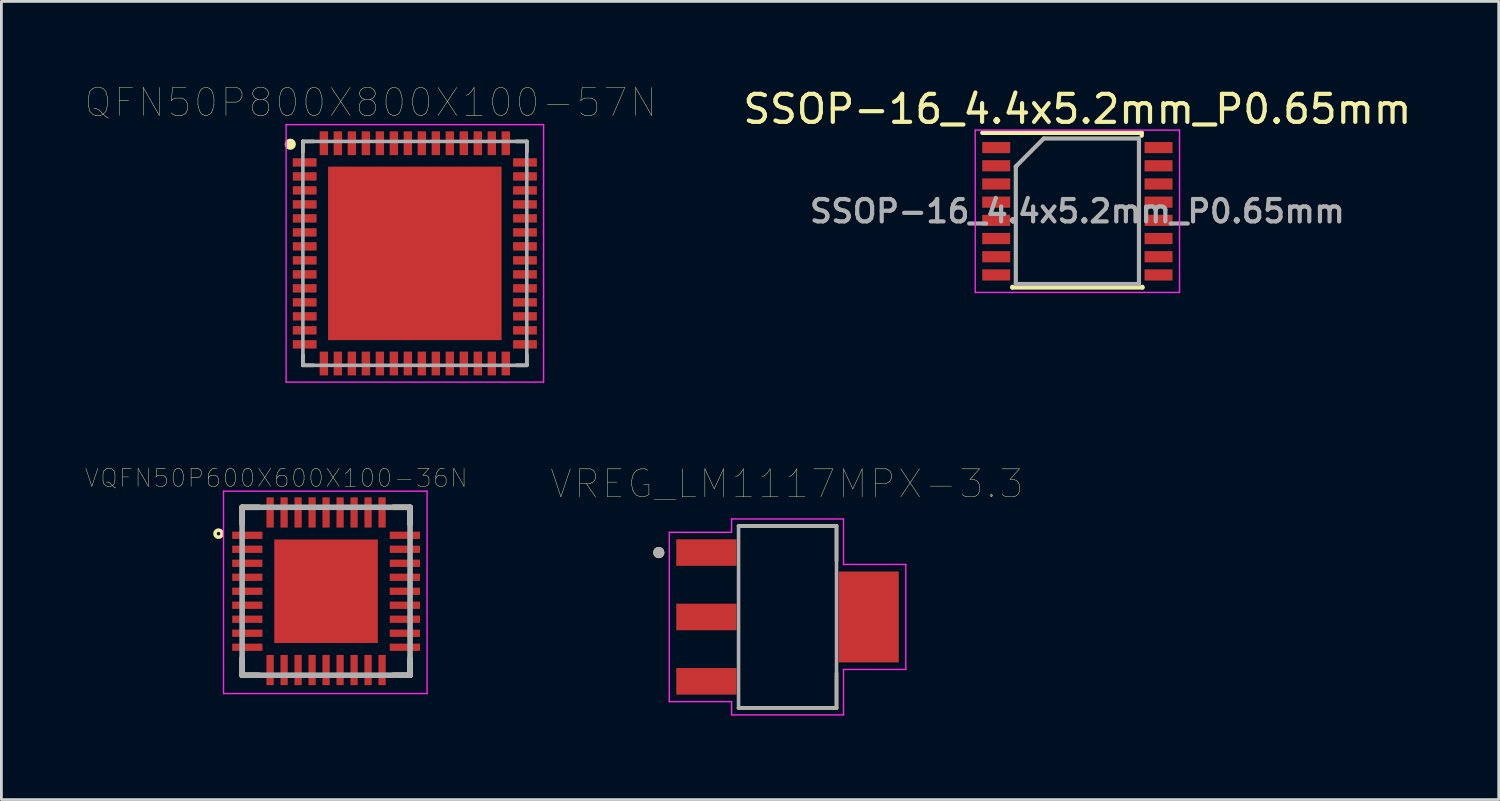
<source format=kicad_pcb>
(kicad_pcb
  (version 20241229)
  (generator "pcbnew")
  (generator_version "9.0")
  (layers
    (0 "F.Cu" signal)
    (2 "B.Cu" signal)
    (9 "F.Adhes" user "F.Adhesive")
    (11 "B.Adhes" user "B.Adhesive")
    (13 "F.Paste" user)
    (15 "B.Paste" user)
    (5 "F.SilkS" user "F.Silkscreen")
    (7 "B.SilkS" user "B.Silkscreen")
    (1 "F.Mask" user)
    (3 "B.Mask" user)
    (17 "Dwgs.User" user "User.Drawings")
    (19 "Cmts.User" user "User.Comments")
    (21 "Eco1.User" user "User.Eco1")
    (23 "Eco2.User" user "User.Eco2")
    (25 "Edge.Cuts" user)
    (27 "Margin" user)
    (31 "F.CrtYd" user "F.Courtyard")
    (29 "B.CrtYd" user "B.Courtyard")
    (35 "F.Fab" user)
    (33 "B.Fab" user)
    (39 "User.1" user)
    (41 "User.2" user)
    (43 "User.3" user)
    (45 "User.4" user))
  (footprint "SSOP-16_4.4x5.2mm_P0.65mm"
    (layer "F.Cu")
    (at 35.444 4.498)
    (property "Reference" "SSOP-16_4.4x5.2mm_P0.65mm" (at 0 -3.65 0) (layer "F.SilkS") (effects (font (size 1 1) (thickness 0.15))))
    (attr smd)
    (fp_line (start -3.4 -2.8) (end 2.3 -2.8) (stroke (width 0.15) (type solid)) (layer "F.SilkS"))
    (fp_line (start -2.325 2.725) (end -2.325 2.7) (stroke (width 0.15) (type solid)) (layer "F.SilkS"))
    (fp_line (start -2.325 2.725) (end 2.325 2.725) (stroke (width 0.15) (type solid)) (layer "F.SilkS"))
    (fp_line (start 2.3 -2.8) (end 2.3 -2.7) (stroke (width 0.15) (type solid)) (layer "F.SilkS"))
    (fp_line (start 2.325 2.725) (end 2.325 2.7) (stroke (width 0.15) (type solid)) (layer "F.SilkS"))
    (fp_line (start -3.65 -2.9) (end -3.65 2.9) (stroke (width 0.05) (type solid)) (layer "F.CrtYd"))
    (fp_line (start -3.65 -2.9) (end 3.65 -2.9) (stroke (width 0.05) (type solid)) (layer "F.CrtYd"))
    (fp_line (start -3.65 2.9) (end 3.65 2.9) (stroke (width 0.05) (type solid)) (layer "F.CrtYd"))
    (fp_line (start 3.65 -2.9) (end 3.65 2.9) (stroke (width 0.05) (type solid)) (layer "F.CrtYd"))
    (fp_line (start -2.2 -1.6) (end -1.2 -2.6) (stroke (width 0.15) (type solid)) (layer "F.Fab"))
    (fp_line (start -2.2 2.6) (end -2.2 -1.6) (stroke (width 0.15) (type solid)) (layer "F.Fab"))
    (fp_line (start -1.2 -2.6) (end 2.2 -2.6) (stroke (width 0.15) (type solid)) (layer "F.Fab"))
    (fp_line (start 2.2 -2.6) (end 2.2 2.6) (stroke (width 0.15) (type solid)) (layer "F.Fab"))
    (fp_line (start 2.2 2.6) (end -2.2 2.6) (stroke (width 0.15) (type solid)) (layer "F.Fab"))
    (fp_text user "${REFERENCE}" (at 0 0 0) (layer "F.Fab") (effects (font (size 0.8 0.8) (thickness 0.15))))
    (pad "1" smd rect (at -2.9 -2.275) (size 1 0.4) (layers "F.Cu" "F.Mask" "F.Paste"))
    (pad "2" smd rect (at -2.9 -1.625) (size 1 0.4) (layers "F.Cu" "F.Mask" "F.Paste"))
    (pad "3" smd rect (at -2.9 -0.975) (size 1 0.4) (layers "F.Cu" "F.Mask" "F.Paste"))
    (pad "4" smd rect (at -2.9 -0.325) (size 1 0.4) (layers "F.Cu" "F.Mask" "F.Paste"))
    (pad "5" smd rect (at -2.9 0.325) (size 1 0.4) (layers "F.Cu" "F.Mask" "F.Paste"))
    (pad "6" smd rect (at -2.9 0.975) (size 1 0.4) (layers "F.Cu" "F.Mask" "F.Paste"))
    (pad "7" smd rect (at -2.9 1.625) (size 1 0.4) (layers "F.Cu" "F.Mask" "F.Paste"))
    (pad "8" smd rect (at -2.9 2.275) (size 1 0.4) (layers "F.Cu" "F.Mask" "F.Paste"))
    (pad "9" smd rect (at 2.9 2.275) (size 1 0.4) (layers "F.Cu" "F.Mask" "F.Paste"))
    (pad "10" smd rect (at 2.9 1.625) (size 1 0.4) (layers "F.Cu" "F.Mask" "F.Paste"))
    (pad "11" smd rect (at 2.9 0.975) (size 1 0.4) (layers "F.Cu" "F.Mask" "F.Paste"))
    (pad "12" smd rect (at 2.9 0.325) (size 1 0.4) (layers "F.Cu" "F.Mask" "F.Paste"))
    (pad "13" smd rect (at 2.9 -0.325) (size 1 0.4) (layers "F.Cu" "F.Mask" "F.Paste"))
    (pad "14" smd rect (at 2.9 -0.975) (size 1 0.4) (layers "F.Cu" "F.Mask" "F.Paste"))
    (pad "15" smd rect (at 2.9 -1.625) (size 1 0.4) (layers "F.Cu" "F.Mask" "F.Paste"))
    (pad "16" smd rect (at 2.9 -2.275) (size 1 0.4) (layers "F.Cu" "F.Mask" "F.Paste")))
  (footprint "QFN50P800X800X100-57N"
    (layer "F.Cu")
    (at 11.772 6.003)
    (property "Reference" "QFN50P800X800X100-57N" (at -1.577 -5.391 0) (layer "F.SilkS") (effects (font (size 1.001 1.001) (thickness 0.015))))
    (attr through_hole)
    (fp_line (start -4 -4) (end -4 -3.625) (stroke (width 0.127) (type solid)) (layer "F.SilkS"))
    (fp_line (start -4 3.625) (end -4 4) (stroke (width 0.127) (type solid)) (layer "F.SilkS"))
    (fp_line (start -4 4) (end -3.625 4) (stroke (width 0.127) (type solid)) (layer "F.SilkS"))
    (fp_line (start -3.625 -4) (end -4 -4) (stroke (width 0.127) (type solid)) (layer "F.SilkS"))
    (fp_line (start 3.625 4) (end 4 4) (stroke (width 0.127) (type solid)) (layer "F.SilkS"))
    (fp_line (start 4 -4) (end 3.625 -4) (stroke (width 0.127) (type solid)) (layer "F.SilkS"))
    (fp_line (start 4 -3.625) (end 4 -4) (stroke (width 0.127) (type solid)) (layer "F.SilkS"))
    (fp_line (start 4 4) (end 4 3.625) (stroke (width 0.127) (type solid)) (layer "F.SilkS"))
    (fp_circle (center -4.45 -3.9) (end -4.35 -3.9) (stroke (width 0.2) (type solid)) (fill no) (layer "F.SilkS"))
    (fp_poly (pts (xy -2.358 0.395) (xy -0.395 0.395) (xy -0.395 2.358) (xy -2.358 2.358)) (stroke (width 0.01) (type solid)) (fill yes) (layer "F.Paste"))
    (fp_poly (pts (xy -2.358 -2.355) (xy -0.395 -2.355) (xy -0.395 -0.396) (xy -2.358 -0.396)) (stroke (width 0.01) (type solid)) (fill yes) (layer "F.Paste"))
    (fp_poly (pts (xy 0.396 -2.355) (xy 2.355 -2.355) (xy 2.355 -0.396) (xy 0.396 -0.396)) (stroke (width 0.01) (type solid)) (fill yes) (layer "F.Paste"))
    (fp_poly (pts (xy 0.396 0.395) (xy 2.355 0.395) (xy 2.355 2.36) (xy 0.396 2.36)) (stroke (width 0.01) (type solid)) (fill yes) (layer "F.Paste"))
    (fp_line (start -4.6 -4.6) (end 4.6 -4.6) (stroke (width 0.05) (type solid)) (layer "F.CrtYd"))
    (fp_line (start -4.6 4.6) (end -4.6 -4.6) (stroke (width 0.05) (type solid)) (layer "F.CrtYd"))
    (fp_line (start 4.6 -4.6) (end 4.6 4.6) (stroke (width 0.05) (type solid)) (layer "F.CrtYd"))
    (fp_line (start 4.6 4.6) (end -4.6 4.6) (stroke (width 0.05) (type solid)) (layer "F.CrtYd"))
    (fp_line (start -4 -4) (end 4 -4) (stroke (width 0.127) (type solid)) (layer "F.Fab"))
    (fp_line (start -4 4) (end -4 -4) (stroke (width 0.127) (type solid)) (layer "F.Fab"))
    (fp_line (start 4 -4) (end 4 4) (stroke (width 0.127) (type solid)) (layer "F.Fab"))
    (fp_line (start 4 4) (end -4 4) (stroke (width 0.127) (type solid)) (layer "F.Fab"))
    (pad "1" smd rect (at -3.935 -3.25) (size 0.85 0.3) (layers "F.Cu" "F.Mask" "F.Paste"))
    (pad "2" smd rect (at -3.935 -2.75) (size 0.85 0.3) (layers "F.Cu" "F.Mask" "F.Paste"))
    (pad "3" smd rect (at -3.935 -2.25) (size 0.85 0.3) (layers "F.Cu" "F.Mask" "F.Paste"))
    (pad "4" smd rect (at -3.935 -1.75) (size 0.85 0.3) (layers "F.Cu" "F.Mask" "F.Paste"))
    (pad "5" smd rect (at -3.935 -1.25) (size 0.85 0.3) (layers "F.Cu" "F.Mask" "F.Paste"))
    (pad "6" smd rect (at -3.935 -0.75) (size 0.85 0.3) (layers "F.Cu" "F.Mask" "F.Paste"))
    (pad "7" smd rect (at -3.935 -0.25) (size 0.85 0.3) (layers "F.Cu" "F.Mask" "F.Paste"))
    (pad "8" smd rect (at -3.935 0.25) (size 0.85 0.3) (layers "F.Cu" "F.Mask" "F.Paste"))
    (pad "9" smd rect (at -3.935 0.75) (size 0.85 0.3) (layers "F.Cu" "F.Mask" "F.Paste"))
    (pad "10" smd rect (at -3.935 1.25) (size 0.85 0.3) (layers "F.Cu" "F.Mask" "F.Paste"))
    (pad "11" smd rect (at -3.935 1.75) (size 0.85 0.3) (layers "F.Cu" "F.Mask" "F.Paste"))
    (pad "12" smd rect (at -3.935 2.25) (size 0.85 0.3) (layers "F.Cu" "F.Mask" "F.Paste"))
    (pad "13" smd rect (at -3.935 2.75) (size 0.85 0.3) (layers "F.Cu" "F.Mask" "F.Paste"))
    (pad "14" smd rect (at -3.935 3.25) (size 0.85 0.3) (layers "F.Cu" "F.Mask" "F.Paste"))
    (pad "15" smd rect (at -3.25 3.935) (size 0.3 0.85) (layers "F.Cu" "F.Mask" "F.Paste"))
    (pad "16" smd rect (at -2.75 3.935) (size 0.3 0.85) (layers "F.Cu" "F.Mask" "F.Paste"))
    (pad "17" smd rect (at -2.25 3.935) (size 0.3 0.85) (layers "F.Cu" "F.Mask" "F.Paste"))
    (pad "18" smd rect (at -1.75 3.935) (size 0.3 0.85) (layers "F.Cu" "F.Mask" "F.Paste"))
    (pad "19" smd rect (at -1.25 3.935) (size 0.3 0.85) (layers "F.Cu" "F.Mask" "F.Paste"))
    (pad "20" smd rect (at -0.75 3.935) (size 0.3 0.85) (layers "F.Cu" "F.Mask" "F.Paste"))
    (pad "21" smd rect (at -0.25 3.935) (size 0.3 0.85) (layers "F.Cu" "F.Mask" "F.Paste"))
    (pad "22" smd rect (at 0.25 3.935) (size 0.3 0.85) (layers "F.Cu" "F.Mask" "F.Paste"))
    (pad "23" smd rect (at 0.75 3.935) (size 0.3 0.85) (layers "F.Cu" "F.Mask" "F.Paste"))
    (pad "24" smd rect (at 1.25 3.935) (size 0.3 0.85) (layers "F.Cu" "F.Mask" "F.Paste"))
    (pad "25" smd rect (at 1.75 3.935) (size 0.3 0.85) (layers "F.Cu" "F.Mask" "F.Paste"))
    (pad "26" smd rect (at 2.25 3.935) (size 0.3 0.85) (layers "F.Cu" "F.Mask" "F.Paste"))
    (pad "27" smd rect (at 2.75 3.935) (size 0.3 0.85) (layers "F.Cu" "F.Mask" "F.Paste"))
    (pad "28" smd rect (at 3.25 3.935) (size 0.3 0.85) (layers "F.Cu" "F.Mask" "F.Paste"))
    (pad "29" smd rect (at 3.935 3.25) (size 0.85 0.3) (layers "F.Cu" "F.Mask" "F.Paste"))
    (pad "30" smd rect (at 3.935 2.75) (size 0.85 0.3) (layers "F.Cu" "F.Mask" "F.Paste"))
    (pad "31" smd rect (at 3.935 2.25) (size 0.85 0.3) (layers "F.Cu" "F.Mask" "F.Paste"))
    (pad "32" smd rect (at 3.935 1.75) (size 0.85 0.3) (layers "F.Cu" "F.Mask" "F.Paste"))
    (pad "33" smd rect (at 3.935 1.25) (size 0.85 0.3) (layers "F.Cu" "F.Mask" "F.Paste"))
    (pad "34" smd rect (at 3.935 0.75) (size 0.85 0.3) (layers "F.Cu" "F.Mask" "F.Paste"))
    (pad "35" smd rect (at 3.935 0.25) (size 0.85 0.3) (layers "F.Cu" "F.Mask" "F.Paste"))
    (pad "36" smd rect (at 3.935 -0.25) (size 0.85 0.3) (layers "F.Cu" "F.Mask" "F.Paste"))
    (pad "37" smd rect (at 3.935 -0.75) (size 0.85 0.3) (layers "F.Cu" "F.Mask" "F.Paste"))
    (pad "38" smd rect (at 3.935 -1.25) (size 0.85 0.3) (layers "F.Cu" "F.Mask" "F.Paste"))
    (pad "39" smd rect (at 3.935 -1.75) (size 0.85 0.3) (layers "F.Cu" "F.Mask" "F.Paste"))
    (pad "40" smd rect (at 3.935 -2.25) (size 0.85 0.3) (layers "F.Cu" "F.Mask" "F.Paste"))
    (pad "41" smd rect (at 3.935 -2.75) (size 0.85 0.3) (layers "F.Cu" "F.Mask" "F.Paste"))
    (pad "42" smd rect (at 3.935 -3.25) (size 0.85 0.3) (layers "F.Cu" "F.Mask" "F.Paste"))
    (pad "43" smd rect (at 3.25 -3.935) (size 0.3 0.85) (layers "F.Cu" "F.Mask" "F.Paste"))
    (pad "44" smd rect (at 2.75 -3.935) (size 0.3 0.85) (layers "F.Cu" "F.Mask" "F.Paste"))
    (pad "45" smd rect (at 2.25 -3.935) (size 0.3 0.85) (layers "F.Cu" "F.Mask" "F.Paste"))
    (pad "46" smd rect (at 1.75 -3.935) (size 0.3 0.85) (layers "F.Cu" "F.Mask" "F.Paste"))
    (pad "47" smd rect (at 1.25 -3.935) (size 0.3 0.85) (layers "F.Cu" "F.Mask" "F.Paste"))
    (pad "48" smd rect (at 0.75 -3.935) (size 0.3 0.85) (layers "F.Cu" "F.Mask" "F.Paste"))
    (pad "49" smd rect (at 0.25 -3.935) (size 0.3 0.85) (layers "F.Cu" "F.Mask" "F.Paste"))
    (pad "50" smd rect (at -0.25 -3.935) (size 0.3 0.85) (layers "F.Cu" "F.Mask" "F.Paste"))
    (pad "51" smd rect (at -0.75 -3.935) (size 0.3 0.85) (layers "F.Cu" "F.Mask" "F.Paste"))
    (pad "52" smd rect (at -1.25 -3.935) (size 0.3 0.85) (layers "F.Cu" "F.Mask" "F.Paste"))
    (pad "53" smd rect (at -1.75 -3.935) (size 0.3 0.85) (layers "F.Cu" "F.Mask" "F.Paste"))
    (pad "54" smd rect (at -2.25 -3.935) (size 0.3 0.85) (layers "F.Cu" "F.Mask" "F.Paste"))
    (pad "55" smd rect (at -2.75 -3.935) (size 0.3 0.85) (layers "F.Cu" "F.Mask" "F.Paste"))
    (pad "56" smd rect (at -3.25 -3.935) (size 0.3 0.85) (layers "F.Cu" "F.Mask" "F.Paste"))
    (pad "57" smd rect (at 0 0) (size 6.2 6.2) (layers "F.Cu" "F.Mask")))
  (footprint "VREG_LM1117MPX-3.3"
    (layer "F.Cu")
    (at 25.088 18.993)
    (property "Reference" "VREG_LM1117MPX-3.3" (at -0.025 -4.754 0) (layer "F.SilkS") (effects (font (size 1 1) (thickness 0.015))))
    (attr through_hole)
    (fp_line (start -1.75 -3.25) (end 1.75 -3.25) (stroke (width 0.127) (type solid)) (layer "F.SilkS"))
    (fp_line (start -1.75 3.25) (end 1.75 3.25) (stroke (width 0.127) (type solid)) (layer "F.SilkS"))
    (fp_line (start 1.75 -3.25) (end 1.75 -2.01) (stroke (width 0.127) (type solid)) (layer "F.SilkS"))
    (fp_line (start 1.75 3.25) (end 1.75 2.01) (stroke (width 0.127) (type solid)) (layer "F.SilkS"))
    (fp_circle (center -4.6 -2.3) (end -4.5 -2.3) (stroke (width 0.2) (type solid)) (fill no) (layer "F.SilkS"))
    (fp_line (start -4.225 -3.025) (end -4.225 3.025) (stroke (width 0.05) (type solid)) (layer "F.CrtYd"))
    (fp_line (start -4.225 3.025) (end -2 3.025) (stroke (width 0.05) (type solid)) (layer "F.CrtYd"))
    (fp_line (start -2 -3.5) (end -2 -3.025) (stroke (width 0.05) (type solid)) (layer "F.CrtYd"))
    (fp_line (start -2 -3.025) (end -4.225 -3.025) (stroke (width 0.05) (type solid)) (layer "F.CrtYd"))
    (fp_line (start -2 3.025) (end -2 3.5) (stroke (width 0.05) (type solid)) (layer "F.CrtYd"))
    (fp_line (start -2 3.5) (end 2 3.5) (stroke (width 0.05) (type solid)) (layer "F.CrtYd"))
    (fp_line (start 2 -3.5) (end -2 -3.5) (stroke (width 0.05) (type solid)) (layer "F.CrtYd"))
    (fp_line (start 2 -1.875) (end 2 -3.5) (stroke (width 0.05) (type solid)) (layer "F.CrtYd"))
    (fp_line (start 2 1.875) (end 4.225 1.875) (stroke (width 0.05) (type solid)) (layer "F.CrtYd"))
    (fp_line (start 2 3.5) (end 2 1.875) (stroke (width 0.05) (type solid)) (layer "F.CrtYd"))
    (fp_line (start 4.225 -1.875) (end 2 -1.875) (stroke (width 0.05) (type solid)) (layer "F.CrtYd"))
    (fp_line (start 4.225 1.875) (end 4.225 -1.875) (stroke (width 0.05) (type solid)) (layer "F.CrtYd"))
    (fp_line (start -1.75 -3.25) (end -1.75 3.25) (stroke (width 0.127) (type solid)) (layer "F.Fab"))
    (fp_line (start 1.75 -3.25) (end -1.75 -3.25) (stroke (width 0.127) (type solid)) (layer "F.Fab"))
    (fp_line (start 1.75 -3.25) (end 1.75 3.25) (stroke (width 0.127) (type solid)) (layer "F.Fab"))
    (fp_line (start 1.75 3.25) (end -1.75 3.25) (stroke (width 0.127) (type solid)) (layer "F.Fab"))
    (fp_circle (center -4.6 -2.3) (end -4.5 -2.3) (stroke (width 0.2) (type solid)) (fill no) (layer "F.Fab"))
    (pad "1" smd rect (at -2.9 -2.3) (size 2.15 0.95) (layers "F.Cu" "F.Mask" "F.Paste"))
    (pad "2" smd rect (at -2.9 0) (size 2.15 0.95) (layers "F.Cu" "F.Mask" "F.Paste"))
    (pad "3" smd rect (at -2.9 2.3) (size 2.15 0.95) (layers "F.Cu" "F.Mask" "F.Paste"))
    (pad "4" smd rect (at 2.9 0) (size 2.15 3.25) (layers "F.Cu" "F.Mask" "F.Paste")))
  (footprint "VQFN50P600X600X100-36N"
    (layer "F.Cu")
    (at 8.601 18.075)
    (property "Reference" "VQFN50P600X600X100-36N" (at -1.781 -4.045 0) (layer "F.SilkS") (effects (font (size 0.642 0.642) (thickness 0.015))))
    (attr through_hole)
    (fp_line (start -3 -3) (end -2.4 -3) (stroke (width 0.2) (type solid)) (layer "F.SilkS"))
    (fp_line (start -3 -2.4) (end -3 -3) (stroke (width 0.2) (type solid)) (layer "F.SilkS"))
    (fp_line (start -3 2.4) (end -3 3) (stroke (width 0.2) (type solid)) (layer "F.SilkS"))
    (fp_line (start -3 3) (end -2.4 3) (stroke (width 0.2) (type solid)) (layer "F.SilkS"))
    (fp_line (start 2.4 -3) (end 3 -3) (stroke (width 0.2) (type solid)) (layer "F.SilkS"))
    (fp_line (start 2.4 3) (end 3 3) (stroke (width 0.2) (type solid)) (layer "F.SilkS"))
    (fp_line (start 3 -3) (end 3 -2.4) (stroke (width 0.2) (type solid)) (layer "F.SilkS"))
    (fp_line (start 3 3) (end 3 2.4) (stroke (width 0.2) (type solid)) (layer "F.SilkS"))
    (fp_circle (center -3.843 -2.058) (end -3.716 -2.058) (stroke (width 0.127) (type solid)) (fill no) (layer "F.SilkS"))
    (fp_poly (pts (xy -1.174 -1.17) (xy 1.17 -1.17) (xy 1.17 1.174) (xy -1.174 1.174)) (stroke (width 0.01) (type solid)) (fill yes) (layer "F.Paste"))
    (fp_line (start -3.665 -3.575) (end 3.608 -3.575) (stroke (width 0.05) (type solid)) (layer "F.CrtYd"))
    (fp_line (start -3.665 3.655) (end -3.665 -3.575) (stroke (width 0.05) (type solid)) (layer "F.CrtYd"))
    (fp_line (start 3.608 -3.575) (end 3.608 3.655) (stroke (width 0.05) (type solid)) (layer "F.CrtYd"))
    (fp_line (start 3.608 3.655) (end -3.665 3.655) (stroke (width 0.05) (type solid)) (layer "F.CrtYd"))
    (fp_line (start -3 3) (end -3 -3) (stroke (width 0.127) (type solid)) (layer "F.Fab"))
    (fp_line (start -3 3) (end -3 -3) (stroke (width 0.2) (type solid)) (layer "F.Fab"))
    (fp_line (start 3 -3) (end -3 -3) (stroke (width 0.2) (type solid)) (layer "F.Fab"))
    (fp_line (start 3 3) (end -3 3) (stroke (width 0.2) (type solid)) (layer "F.Fab"))
    (fp_line (start 3 3) (end 3 -3) (stroke (width 0.2) (type solid)) (layer "F.Fab"))
    (pad "1" smd rect (at -2.815 -2) (size 1.08 0.26) (layers "F.Cu" "F.Mask" "F.Paste"))
    (pad "2" smd rect (at -2.815 -1.5) (size 1.08 0.26) (layers "F.Cu" "F.Mask" "F.Paste"))
    (pad "3" smd rect (at -2.815 -1) (size 1.08 0.26) (layers "F.Cu" "F.Mask" "F.Paste"))
    (pad "4" smd rect (at -2.815 -0.5) (size 1.08 0.26) (layers "F.Cu" "F.Mask" "F.Paste"))
    (pad "5" smd rect (at -2.815 0) (size 1.08 0.26) (layers "F.Cu" "F.Mask" "F.Paste"))
    (pad "6" smd rect (at -2.815 0.5) (size 1.08 0.26) (layers "F.Cu" "F.Mask" "F.Paste"))
    (pad "7" smd rect (at -2.815 1) (size 1.08 0.26) (layers "F.Cu" "F.Mask" "F.Paste"))
    (pad "8" smd rect (at -2.815 1.5) (size 1.08 0.26) (layers "F.Cu" "F.Mask" "F.Paste"))
    (pad "9" smd rect (at -2.815 2) (size 1.08 0.26) (layers "F.Cu" "F.Mask" "F.Paste"))
    (pad "10" smd rect (at -2 2.815) (size 0.26 1.08) (layers "F.Cu" "F.Mask" "F.Paste"))
    (pad "11" smd rect (at -1.5 2.815) (size 0.26 1.08) (layers "F.Cu" "F.Mask" "F.Paste"))
    (pad "12" smd rect (at -1 2.815) (size 0.26 1.08) (layers "F.Cu" "F.Mask" "F.Paste"))
    (pad "13" smd rect (at -0.5 2.815) (size 0.26 1.08) (layers "F.Cu" "F.Mask" "F.Paste"))
    (pad "14" smd rect (at 0 2.815) (size 0.26 1.08) (layers "F.Cu" "F.Mask" "F.Paste"))
    (pad "15" smd rect (at 0.5 2.815) (size 0.26 1.08) (layers "F.Cu" "F.Mask" "F.Paste"))
    (pad "16" smd rect (at 1 2.815) (size 0.26 1.08) (layers "F.Cu" "F.Mask" "F.Paste"))
    (pad "17" smd rect (at 1.5 2.815) (size 0.26 1.08) (layers "F.Cu" "F.Mask" "F.Paste"))
    (pad "18" smd rect (at 2 2.815) (size 0.26 1.08) (layers "F.Cu" "F.Mask" "F.Paste"))
    (pad "19" smd rect (at 2.815 2) (size 1.08 0.26) (layers "F.Cu" "F.Mask" "F.Paste"))
    (pad "20" smd rect (at 2.815 1.5) (size 1.08 0.26) (layers "F.Cu" "F.Mask" "F.Paste"))
    (pad "21" smd rect (at 2.815 1) (size 1.08 0.26) (layers "F.Cu" "F.Mask" "F.Paste"))
    (pad "22" smd rect (at 2.815 0.5) (size 1.08 0.26) (layers "F.Cu" "F.Mask" "F.Paste"))
    (pad "23" smd rect (at 2.815 0) (size 1.08 0.26) (layers "F.Cu" "F.Mask" "F.Paste"))
    (pad "24" smd rect (at 2.815 -0.5) (size 1.08 0.26) (layers "F.Cu" "F.Mask" "F.Paste"))
    (pad "25" smd rect (at 2.815 -1) (size 1.08 0.26) (layers "F.Cu" "F.Mask" "F.Paste"))
    (pad "26" smd rect (at 2.815 -1.5) (size 1.08 0.26) (layers "F.Cu" "F.Mask" "F.Paste"))
    (pad "27" smd rect (at 2.815 -2) (size 1.08 0.26) (layers "F.Cu" "F.Mask" "F.Paste"))
    (pad "28" smd rect (at 2 -2.815) (size 0.26 1.08) (layers "F.Cu" "F.Mask" "F.Paste"))
    (pad "29" smd rect (at 1.5 -2.815) (size 0.26 1.08) (layers "F.Cu" "F.Mask" "F.Paste"))
    (pad "30" smd rect (at 1 -2.815) (size 0.26 1.08) (layers "F.Cu" "F.Mask" "F.Paste"))
    (pad "31" smd rect (at 0.5 -2.815) (size 0.26 1.08) (layers "F.Cu" "F.Mask" "F.Paste"))
    (pad "32" smd rect (at 0 -2.815) (size 0.26 1.08) (layers "F.Cu" "F.Mask" "F.Paste"))
    (pad "33" smd rect (at -0.5 -2.815) (size 0.26 1.08) (layers "F.Cu" "F.Mask" "F.Paste"))
    (pad "34" smd rect (at -1 -2.815) (size 0.26 1.08) (layers "F.Cu" "F.Mask" "F.Paste"))
    (pad "35" smd rect (at -1.5 -2.815) (size 0.26 1.08) (layers "F.Cu" "F.Mask" "F.Paste"))
    (pad "36" smd rect (at -2 -2.815) (size 0.26 1.08) (layers "F.Cu" "F.Mask" "F.Paste"))
    (pad "37" smd rect (at 0 0) (size 3.7 3.7) (layers "F.Cu" "F.Mask")))
  (gr_rect
    (start -3 -3)
    (end 50.498 25.518)
    (stroke (width 0.1) (type default))
    (fill no)
    (layer "Edge.Cuts")))
</source>
